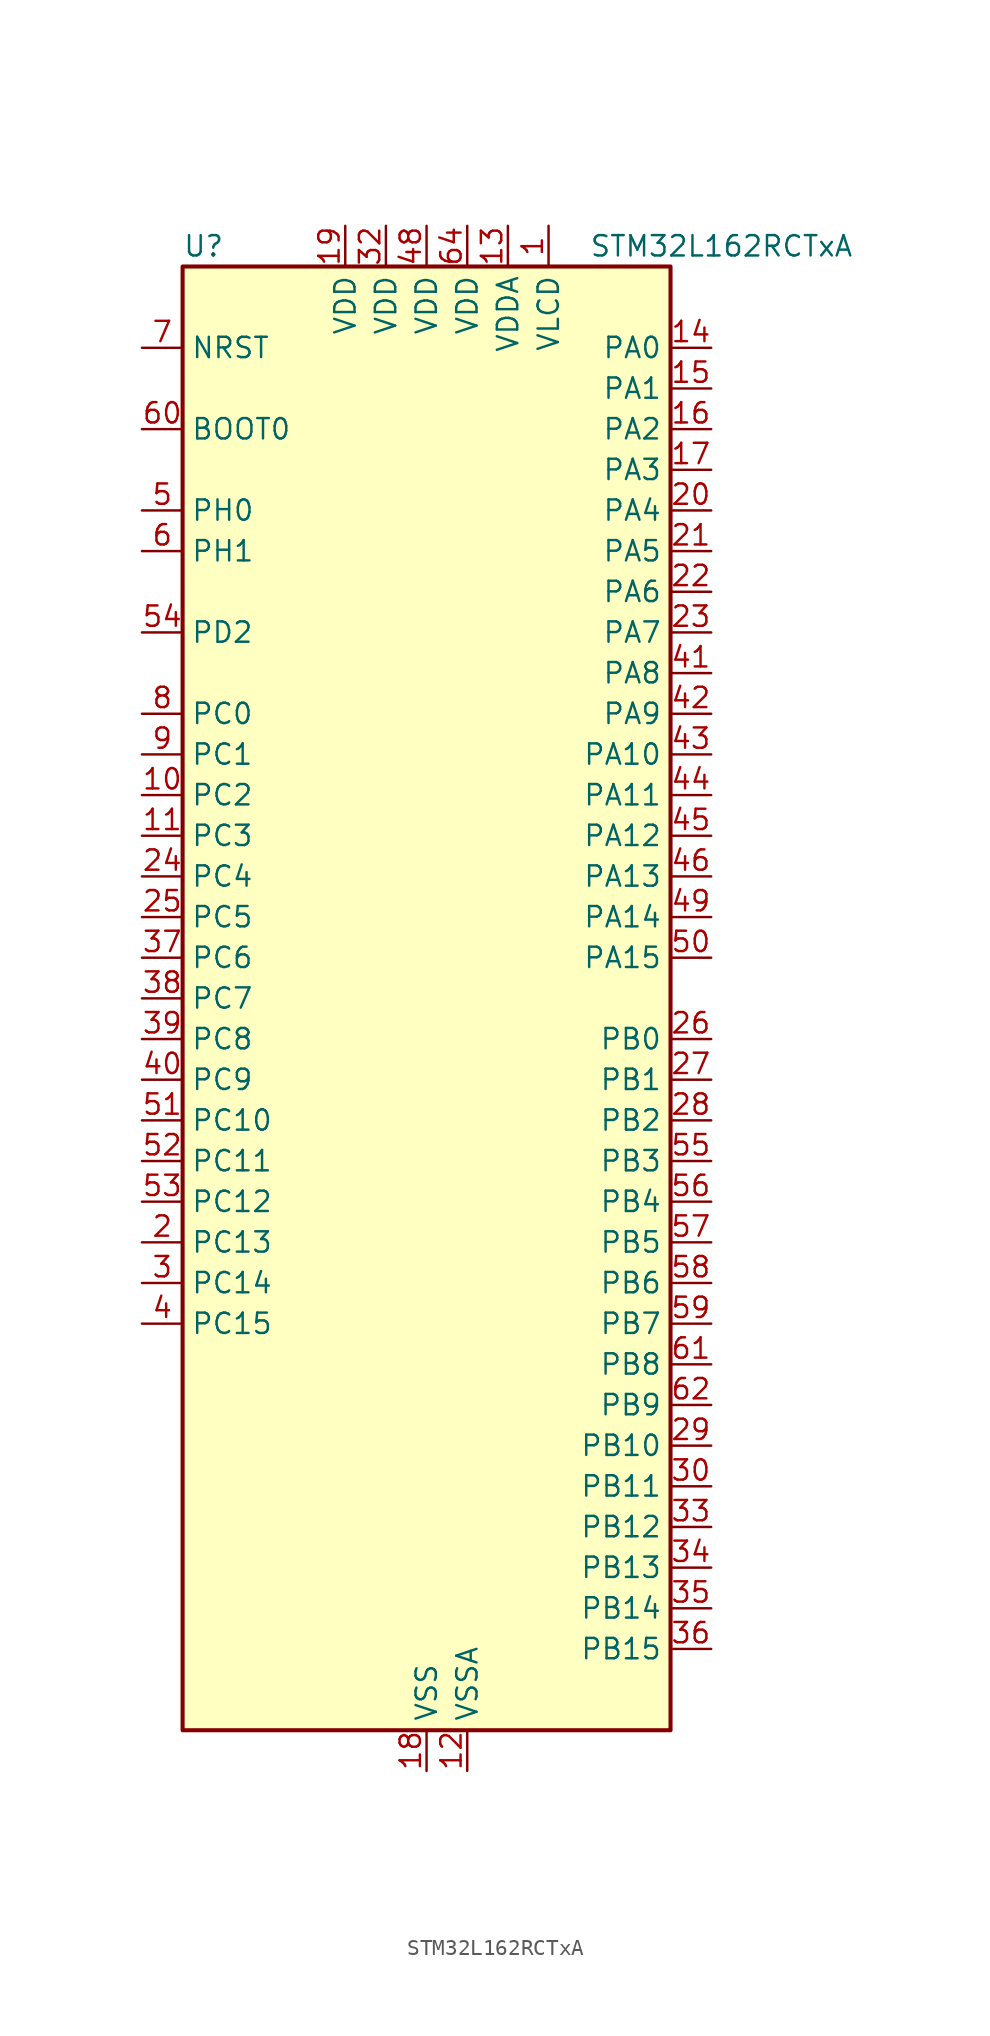
<source format=kicad_sym>
(kicad_symbol_lib
  (version 20241209)
  (generator "kicad_symbol_editor")
  (generator_version "9.0")
  (symbol "STM32L162RCTxA"
    (property "Reference" "U"
      (at -15.24 46.99 0)
      (effects (font (size 1.27 1.27)) (justify left)))
    (property "Value" "STM32L162RCTxA"
      (at 10.16 46.99 0)
      (effects (font (size 1.27 1.27)) (justify left)))
    (symbol "STM32L162RCTxA_0_1"
      (rectangle (start -15.24 -45.72) (end 15.24 45.72) (stroke (width 0.254) (type default)) (fill (type background))))
    (symbol "STM32L162RCTxA_1_1"
      (pin input line (at -17.78 40.64 0) (length 2.54) (name "NRST" (effects (font (size 1.27 1.27)))) (number "7" (effects (font (size 1.27 1.27)))))
      (pin input line (at -17.78 35.56 0) (length 2.54) (name "BOOT0" (effects (font (size 1.27 1.27)))) (number "60" (effects (font (size 1.27 1.27)))))
      (pin bidirectional line (at -17.78 30.48 0) (length 2.54) (name "PH0" (effects (font (size 1.27 1.27)))) (number "5" (effects (font (size 1.27 1.27)))) (alternate "RCC_OSC_IN" bidirectional line))
      (pin bidirectional line (at -17.78 27.94 0) (length 2.54) (name "PH1" (effects (font (size 1.27 1.27)))) (number "6" (effects (font (size 1.27 1.27)))) (alternate "RCC_OSC_OUT" bidirectional line))
      (pin bidirectional line (at -17.78 22.86 0) (length 2.54) (name "PD2" (effects (font (size 1.27 1.27)))) (number "54" (effects (font (size 1.27 1.27)))) (alternate "LCD_COM7" bidirectional line) (alternate "LCD_SEG31" bidirectional line) (alternate "LCD_SEG43" bidirectional line) (alternate "TIM3_ETR" bidirectional line) (alternate "TIMX_IC3" bidirectional line))
      (pin bidirectional line (at -17.78 17.78 0) (length 2.54) (name "PC0" (effects (font (size 1.27 1.27)))) (number "8" (effects (font (size 1.27 1.27)))) (alternate "ADC_IN10" bidirectional line) (alternate "COMP1_INP" bidirectional line) (alternate "LCD_SEG18" bidirectional line) (alternate "TIMX_IC1" bidirectional line) (alternate "TS_G8_IO1" bidirectional line))
      (pin bidirectional line (at -17.78 15.24 0) (length 2.54) (name "PC1" (effects (font (size 1.27 1.27)))) (number "9" (effects (font (size 1.27 1.27)))) (alternate "ADC_IN11" bidirectional line) (alternate "COMP1_INP" bidirectional line) (alternate "LCD_SEG19" bidirectional line) (alternate "TIMX_IC2" bidirectional line) (alternate "TS_G8_IO2" bidirectional line))
      (pin bidirectional line (at -17.78 12.7 0) (length 2.54) (name "PC2" (effects (font (size 1.27 1.27)))) (number "10" (effects (font (size 1.27 1.27)))) (alternate "ADC_IN12" bidirectional line) (alternate "COMP1_INP" bidirectional line) (alternate "LCD_SEG20" bidirectional line) (alternate "TIMX_IC3" bidirectional line) (alternate "TS_G8_IO3" bidirectional line))
      (pin bidirectional line (at -17.78 10.16 0) (length 2.54) (name "PC3" (effects (font (size 1.27 1.27)))) (number "11" (effects (font (size 1.27 1.27)))) (alternate "ADC_IN13" bidirectional line) (alternate "COMP1_INP" bidirectional line) (alternate "LCD_SEG21" bidirectional line) (alternate "TIMX_IC4" bidirectional line) (alternate "TS_G8_IO4" bidirectional line))
      (pin bidirectional line (at -17.78 7.62 0) (length 2.54) (name "PC4" (effects (font (size 1.27 1.27)))) (number "24" (effects (font (size 1.27 1.27)))) (alternate "ADC_IN14" bidirectional line) (alternate "COMP1_INP" bidirectional line) (alternate "LCD_SEG22" bidirectional line) (alternate "TIMX_IC1" bidirectional line) (alternate "TS_G9_IO1" bidirectional line))
      (pin bidirectional line (at -17.78 5.08 0) (length 2.54) (name "PC5" (effects (font (size 1.27 1.27)))) (number "25" (effects (font (size 1.27 1.27)))) (alternate "ADC_IN15" bidirectional line) (alternate "COMP1_INP" bidirectional line) (alternate "LCD_SEG23" bidirectional line) (alternate "TIMX_IC2" bidirectional line) (alternate "TS_G9_IO2" bidirectional line))
      (pin bidirectional line (at -17.78 2.54 0) (length 2.54) (name "PC6" (effects (font (size 1.27 1.27)))) (number "37" (effects (font (size 1.27 1.27)))) (alternate "I2S2_MCK" bidirectional line) (alternate "LCD_SEG24" bidirectional line) (alternate "TIM3_CH1" bidirectional line) (alternate "TIMX_IC3" bidirectional line) (alternate "TS_G10_IO1" bidirectional line))
      (pin bidirectional line (at -17.78 0 0) (length 2.54) (name "PC7" (effects (font (size 1.27 1.27)))) (number "38" (effects (font (size 1.27 1.27)))) (alternate "I2S3_MCK" bidirectional line) (alternate "LCD_SEG25" bidirectional line) (alternate "TIM3_CH2" bidirectional line) (alternate "TIMX_IC4" bidirectional line) (alternate "TS_G10_IO2" bidirectional line))
      (pin bidirectional line (at -17.78 -2.54 0) (length 2.54) (name "PC8" (effects (font (size 1.27 1.27)))) (number "39" (effects (font (size 1.27 1.27)))) (alternate "LCD_SEG26" bidirectional line) (alternate "TIM3_CH3" bidirectional line) (alternate "TIMX_IC1" bidirectional line) (alternate "TS_G10_IO3" bidirectional line))
      (pin bidirectional line (at -17.78 -5.08 0) (length 2.54) (name "PC9" (effects (font (size 1.27 1.27)))) (number "40" (effects (font (size 1.27 1.27)))) (alternate "DAC_EXTI9" bidirectional line) (alternate "LCD_SEG27" bidirectional line) (alternate "TIM3_CH4" bidirectional line) (alternate "TIMX_IC2" bidirectional line) (alternate "TS_G10_IO4" bidirectional line))
      (pin bidirectional line (at -17.78 -7.62 0) (length 2.54) (name "PC10" (effects (font (size 1.27 1.27)))) (number "51" (effects (font (size 1.27 1.27)))) (alternate "I2S3_CK" bidirectional line) (alternate "LCD_COM4" bidirectional line) (alternate "LCD_SEG28" bidirectional line) (alternate "LCD_SEG40" bidirectional line) (alternate "SPI3_SCK" bidirectional line) (alternate "TIMX_IC3" bidirectional line) (alternate "USART3_TX" bidirectional line))
      (pin bidirectional line (at -17.78 -10.16 0) (length 2.54) (name "PC11" (effects (font (size 1.27 1.27)))) (number "52" (effects (font (size 1.27 1.27)))) (alternate "ADC_EXTI11" bidirectional line) (alternate "LCD_COM5" bidirectional line) (alternate "LCD_SEG29" bidirectional line) (alternate "LCD_SEG41" bidirectional line) (alternate "SPI3_MISO" bidirectional line) (alternate "TIMX_IC4" bidirectional line) (alternate "USART3_RX" bidirectional line))
      (pin bidirectional line (at -17.78 -12.7 0) (length 2.54) (name "PC12" (effects (font (size 1.27 1.27)))) (number "53" (effects (font (size 1.27 1.27)))) (alternate "I2S3_SD" bidirectional line) (alternate "LCD_COM6" bidirectional line) (alternate "LCD_SEG30" bidirectional line) (alternate "LCD_SEG42" bidirectional line) (alternate "SPI3_MOSI" bidirectional line) (alternate "TIMX_IC1" bidirectional line) (alternate "USART3_CK" bidirectional line))
      (pin bidirectional line (at -17.78 -15.24 0) (length 2.54) (name "PC13" (effects (font (size 1.27 1.27)))) (number "2" (effects (font (size 1.27 1.27)))) (alternate "RTC_OUT_ALARM" bidirectional line) (alternate "RTC_OUT_CALIB" bidirectional line) (alternate "RTC_TAMP1" bidirectional line) (alternate "RTC_TS" bidirectional line) (alternate "SYS_WKUP2" bidirectional line) (alternate "TIMX_IC2" bidirectional line))
      (pin bidirectional line (at -17.78 -17.78 0) (length 2.54) (name "PC14" (effects (font (size 1.27 1.27)))) (number "3" (effects (font (size 1.27 1.27)))) (alternate "RCC_OSC32_IN" bidirectional line) (alternate "TIMX_IC3" bidirectional line))
      (pin bidirectional line (at -17.78 -20.32 0) (length 2.54) (name "PC15" (effects (font (size 1.27 1.27)))) (number "4" (effects (font (size 1.27 1.27)))) (alternate "ADC_EXTI15" bidirectional line) (alternate "RCC_OSC32_OUT" bidirectional line) (alternate "TIMX_IC4" bidirectional line))
      (pin power_in line (at -5.08 48.26 270) (length 2.54) (name "VDD" (effects (font (size 1.27 1.27)))) (number "19" (effects (font (size 1.27 1.27)))))
      (pin power_in line (at -2.54 48.26 270) (length 2.54) (name "VDD" (effects (font (size 1.27 1.27)))) (number "32" (effects (font (size 1.27 1.27)))))
      (pin power_in line (at 0 48.26 270) (length 2.54) (name "VDD" (effects (font (size 1.27 1.27)))) (number "48" (effects (font (size 1.27 1.27)))))
      (pin power_in line (at 0 -48.26 90) (length 2.54) (name "VSS" (effects (font (size 1.27 1.27)))) (number "18" (effects (font (size 1.27 1.27)))))
      (pin passive line (at 0 -48.26 90) (length 2.54) (hide yes) (name "VSS" (effects (font (size 1.27 1.27)))) (number "31" (effects (font (size 1.27 1.27)))))
      (pin passive line (at 0 -48.26 90) (length 2.54) (hide yes) (name "VSS" (effects (font (size 1.27 1.27)))) (number "47" (effects (font (size 1.27 1.27)))))
      (pin passive line (at 0 -48.26 90) (length 2.54) (hide yes) (name "VSS" (effects (font (size 1.27 1.27)))) (number "63" (effects (font (size 1.27 1.27)))))
      (pin power_in line (at 2.54 48.26 270) (length 2.54) (name "VDD" (effects (font (size 1.27 1.27)))) (number "64" (effects (font (size 1.27 1.27)))))
      (pin power_in line (at 2.54 -48.26 90) (length 2.54) (name "VSSA" (effects (font (size 1.27 1.27)))) (number "12" (effects (font (size 1.27 1.27)))))
      (pin power_in line (at 5.08 48.26 270) (length 2.54) (name "VDDA" (effects (font (size 1.27 1.27)))) (number "13" (effects (font (size 1.27 1.27)))))
      (pin power_in line (at 7.62 48.26 270) (length 2.54) (name "VLCD" (effects (font (size 1.27 1.27)))) (number "1" (effects (font (size 1.27 1.27)))))
      (pin bidirectional line (at 17.78 40.64 180) (length 2.54) (name "PA0" (effects (font (size 1.27 1.27)))) (number "14" (effects (font (size 1.27 1.27)))) (alternate "ADC_IN0" bidirectional line) (alternate "COMP1_INP" bidirectional line) (alternate "RTC_TAMP2" bidirectional line) (alternate "SYS_WKUP1" bidirectional line) (alternate "TIM2_CH1" bidirectional line) (alternate "TIM2_ETR" bidirectional line) (alternate "TIM5_CH1" bidirectional line) (alternate "TIMX_IC1" bidirectional line) (alternate "TS_G1_IO1" bidirectional line) (alternate "USART2_CTS" bidirectional line))
      (pin bidirectional line (at 17.78 38.1 180) (length 2.54) (name "PA1" (effects (font (size 1.27 1.27)))) (number "15" (effects (font (size 1.27 1.27)))) (alternate "ADC_IN1" bidirectional line) (alternate "COMP1_INP" bidirectional line) (alternate "LCD_SEG0" bidirectional line) (alternate "OPAMP1_VINP" bidirectional line) (alternate "TIM2_CH2" bidirectional line) (alternate "TIM5_CH2" bidirectional line) (alternate "TIMX_IC2" bidirectional line) (alternate "TS_G1_IO2" bidirectional line) (alternate "USART2_RTS" bidirectional line))
      (pin bidirectional line (at 17.78 35.56 180) (length 2.54) (name "PA2" (effects (font (size 1.27 1.27)))) (number "16" (effects (font (size 1.27 1.27)))) (alternate "ADC_IN2" bidirectional line) (alternate "COMP1_INP" bidirectional line) (alternate "LCD_SEG1" bidirectional line) (alternate "OPAMP1_VINM" bidirectional line) (alternate "TIM2_CH3" bidirectional line) (alternate "TIM5_CH3" bidirectional line) (alternate "TIM9_CH1" bidirectional line) (alternate "TIMX_IC3" bidirectional line) (alternate "TS_G1_IO3" bidirectional line) (alternate "USART2_TX" bidirectional line))
      (pin bidirectional line (at 17.78 33.02 180) (length 2.54) (name "PA3" (effects (font (size 1.27 1.27)))) (number "17" (effects (font (size 1.27 1.27)))) (alternate "ADC_IN3" bidirectional line) (alternate "COMP1_INP" bidirectional line) (alternate "LCD_SEG2" bidirectional line) (alternate "OPAMP1_VOUT" bidirectional line) (alternate "TIM2_CH4" bidirectional line) (alternate "TIM5_CH4" bidirectional line) (alternate "TIM9_CH2" bidirectional line) (alternate "TIMX_IC4" bidirectional line) (alternate "TS_G1_IO4" bidirectional line) (alternate "USART2_RX" bidirectional line))
      (pin bidirectional line (at 17.78 30.48 180) (length 2.54) (name "PA4" (effects (font (size 1.27 1.27)))) (number "20" (effects (font (size 1.27 1.27)))) (alternate "ADC_IN4" bidirectional line) (alternate "COMP1_INP" bidirectional line) (alternate "DAC_OUT1" bidirectional line) (alternate "I2S3_WS" bidirectional line) (alternate "SPI1_NSS" bidirectional line) (alternate "SPI3_NSS" bidirectional line) (alternate "TIMX_IC1" bidirectional line) (alternate "USART2_CK" bidirectional line))
      (pin bidirectional line (at 17.78 27.94 180) (length 2.54) (name "PA5" (effects (font (size 1.27 1.27)))) (number "21" (effects (font (size 1.27 1.27)))) (alternate "ADC_IN5" bidirectional line) (alternate "COMP1_INP" bidirectional line) (alternate "DAC_OUT2" bidirectional line) (alternate "SPI1_SCK" bidirectional line) (alternate "TIM2_CH1" bidirectional line) (alternate "TIM2_ETR" bidirectional line) (alternate "TIMX_IC2" bidirectional line))
      (pin bidirectional line (at 17.78 25.4 180) (length 2.54) (name "PA6" (effects (font (size 1.27 1.27)))) (number "22" (effects (font (size 1.27 1.27)))) (alternate "ADC_IN6" bidirectional line) (alternate "COMP1_INP" bidirectional line) (alternate "LCD_SEG3" bidirectional line) (alternate "OPAMP2_VINP" bidirectional line) (alternate "SPI1_MISO" bidirectional line) (alternate "TIM10_CH1" bidirectional line) (alternate "TIM3_CH1" bidirectional line) (alternate "TIMX_IC3" bidirectional line) (alternate "TS_G2_IO1" bidirectional line))
      (pin bidirectional line (at 17.78 22.86 180) (length 2.54) (name "PA7" (effects (font (size 1.27 1.27)))) (number "23" (effects (font (size 1.27 1.27)))) (alternate "ADC_IN7" bidirectional line) (alternate "COMP1_INP" bidirectional line) (alternate "LCD_SEG4" bidirectional line) (alternate "OPAMP2_VINM" bidirectional line) (alternate "SPI1_MOSI" bidirectional line) (alternate "TIM11_CH1" bidirectional line) (alternate "TIM3_CH2" bidirectional line) (alternate "TIMX_IC4" bidirectional line) (alternate "TS_G2_IO2" bidirectional line))
      (pin bidirectional line (at 17.78 20.32 180) (length 2.54) (name "PA8" (effects (font (size 1.27 1.27)))) (number "41" (effects (font (size 1.27 1.27)))) (alternate "LCD_COM0" bidirectional line) (alternate "RCC_MCO" bidirectional line) (alternate "TIMX_IC1" bidirectional line) (alternate "TS_G4_IO1" bidirectional line) (alternate "USART1_CK" bidirectional line))
      (pin bidirectional line (at 17.78 17.78 180) (length 2.54) (name "PA9" (effects (font (size 1.27 1.27)))) (number "42" (effects (font (size 1.27 1.27)))) (alternate "DAC_EXTI9" bidirectional line) (alternate "LCD_COM1" bidirectional line) (alternate "TIMX_IC2" bidirectional line) (alternate "TS_G4_IO2" bidirectional line) (alternate "USART1_TX" bidirectional line))
      (pin bidirectional line (at 17.78 15.24 180) (length 2.54) (name "PA10" (effects (font (size 1.27 1.27)))) (number "43" (effects (font (size 1.27 1.27)))) (alternate "LCD_COM2" bidirectional line) (alternate "TIMX_IC3" bidirectional line) (alternate "TS_G4_IO3" bidirectional line) (alternate "USART1_RX" bidirectional line))
      (pin bidirectional line (at 17.78 12.7 180) (length 2.54) (name "PA11" (effects (font (size 1.27 1.27)))) (number "44" (effects (font (size 1.27 1.27)))) (alternate "ADC_EXTI11" bidirectional line) (alternate "SPI1_MISO" bidirectional line) (alternate "TIMX_IC4" bidirectional line) (alternate "USART1_CTS" bidirectional line) (alternate "USB_DM" bidirectional line))
      (pin bidirectional line (at 17.78 10.16 180) (length 2.54) (name "PA12" (effects (font (size 1.27 1.27)))) (number "45" (effects (font (size 1.27 1.27)))) (alternate "SPI1_MOSI" bidirectional line) (alternate "TIMX_IC1" bidirectional line) (alternate "USART1_RTS" bidirectional line) (alternate "USB_DP" bidirectional line))
      (pin bidirectional line (at 17.78 7.62 180) (length 2.54) (name "PA13" (effects (font (size 1.27 1.27)))) (number "46" (effects (font (size 1.27 1.27)))) (alternate "SYS_JTMS-SWDIO" bidirectional line) (alternate "TIMX_IC2" bidirectional line) (alternate "TS_G5_IO1" bidirectional line))
      (pin bidirectional line (at 17.78 5.08 180) (length 2.54) (name "PA14" (effects (font (size 1.27 1.27)))) (number "49" (effects (font (size 1.27 1.27)))) (alternate "SYS_JTCK-SWCLK" bidirectional line) (alternate "TIMX_IC3" bidirectional line) (alternate "TS_G5_IO2" bidirectional line))
      (pin bidirectional line (at 17.78 2.54 180) (length 2.54) (name "PA15" (effects (font (size 1.27 1.27)))) (number "50" (effects (font (size 1.27 1.27)))) (alternate "ADC_EXTI15" bidirectional line) (alternate "I2S3_WS" bidirectional line) (alternate "LCD_SEG17" bidirectional line) (alternate "SPI1_NSS" bidirectional line) (alternate "SPI3_NSS" bidirectional line) (alternate "SYS_JTDI" bidirectional line) (alternate "TIM2_CH1" bidirectional line) (alternate "TIM2_ETR" bidirectional line) (alternate "TIMX_IC4" bidirectional line) (alternate "TS_G5_IO3" bidirectional line))
      (pin bidirectional line (at 17.78 -2.54 180) (length 2.54) (name "PB0" (effects (font (size 1.27 1.27)))) (number "26" (effects (font (size 1.27 1.27)))) (alternate "ADC_IN8" bidirectional line) (alternate "COMP1_INP" bidirectional line) (alternate "LCD_SEG5" bidirectional line) (alternate "OPAMP2_VOUT" bidirectional line) (alternate "SYS_V_REF_OUT" bidirectional line) (alternate "TIM3_CH3" bidirectional line) (alternate "TS_G3_IO1" bidirectional line))
      (pin bidirectional line (at 17.78 -5.08 180) (length 2.54) (name "PB1" (effects (font (size 1.27 1.27)))) (number "27" (effects (font (size 1.27 1.27)))) (alternate "ADC_IN9" bidirectional line) (alternate "COMP1_INP" bidirectional line) (alternate "LCD_SEG6" bidirectional line) (alternate "SYS_V_REF_OUT" bidirectional line) (alternate "TIM3_CH4" bidirectional line) (alternate "TS_G3_IO2" bidirectional line))
      (pin bidirectional line (at 17.78 -7.62 180) (length 2.54) (name "PB2" (effects (font (size 1.27 1.27)))) (number "28" (effects (font (size 1.27 1.27)))) (alternate "TS_G3_IO3" bidirectional line))
      (pin bidirectional line (at 17.78 -10.16 180) (length 2.54) (name "PB3" (effects (font (size 1.27 1.27)))) (number "55" (effects (font (size 1.27 1.27)))) (alternate "COMP2_INM" bidirectional line) (alternate "I2S3_CK" bidirectional line) (alternate "LCD_SEG7" bidirectional line) (alternate "SPI1_SCK" bidirectional line) (alternate "SPI3_SCK" bidirectional line) (alternate "SYS_JTDO-TRACESWO" bidirectional line) (alternate "TIM2_CH2" bidirectional line))
      (pin bidirectional line (at 17.78 -12.7 180) (length 2.54) (name "PB4" (effects (font (size 1.27 1.27)))) (number "56" (effects (font (size 1.27 1.27)))) (alternate "COMP2_INP" bidirectional line) (alternate "LCD_SEG8" bidirectional line) (alternate "SPI1_MISO" bidirectional line) (alternate "SPI3_MISO" bidirectional line) (alternate "SYS_JTRST" bidirectional line) (alternate "TIM3_CH1" bidirectional line) (alternate "TS_G6_IO1" bidirectional line))
      (pin bidirectional line (at 17.78 -15.24 180) (length 2.54) (name "PB5" (effects (font (size 1.27 1.27)))) (number "57" (effects (font (size 1.27 1.27)))) (alternate "COMP2_INP" bidirectional line) (alternate "I2C1_SMBA" bidirectional line) (alternate "I2S3_SD" bidirectional line) (alternate "LCD_SEG9" bidirectional line) (alternate "SPI1_MOSI" bidirectional line) (alternate "SPI3_MOSI" bidirectional line) (alternate "TIM3_CH2" bidirectional line) (alternate "TS_G6_IO2" bidirectional line))
      (pin bidirectional line (at 17.78 -17.78 180) (length 2.54) (name "PB6" (effects (font (size 1.27 1.27)))) (number "58" (effects (font (size 1.27 1.27)))) (alternate "COMP2_INP" bidirectional line) (alternate "I2C1_SCL" bidirectional line) (alternate "TIM4_CH1" bidirectional line) (alternate "TS_G6_IO3" bidirectional line) (alternate "USART1_TX" bidirectional line))
      (pin bidirectional line (at 17.78 -20.32 180) (length 2.54) (name "PB7" (effects (font (size 1.27 1.27)))) (number "59" (effects (font (size 1.27 1.27)))) (alternate "COMP2_INP" bidirectional line) (alternate "I2C1_SDA" bidirectional line) (alternate "SYS_PVD_IN" bidirectional line) (alternate "TIM4_CH2" bidirectional line) (alternate "TS_G6_IO4" bidirectional line) (alternate "USART1_RX" bidirectional line))
      (pin bidirectional line (at 17.78 -22.86 180) (length 2.54) (name "PB8" (effects (font (size 1.27 1.27)))) (number "61" (effects (font (size 1.27 1.27)))) (alternate "I2C1_SCL" bidirectional line) (alternate "LCD_SEG16" bidirectional line) (alternate "TIM10_CH1" bidirectional line) (alternate "TIM4_CH3" bidirectional line))
      (pin bidirectional line (at 17.78 -25.4 180) (length 2.54) (name "PB9" (effects (font (size 1.27 1.27)))) (number "62" (effects (font (size 1.27 1.27)))) (alternate "DAC_EXTI9" bidirectional line) (alternate "I2C1_SDA" bidirectional line) (alternate "LCD_COM3" bidirectional line) (alternate "TIM11_CH1" bidirectional line) (alternate "TIM4_CH4" bidirectional line))
      (pin bidirectional line (at 17.78 -27.94 180) (length 2.54) (name "PB10" (effects (font (size 1.27 1.27)))) (number "29" (effects (font (size 1.27 1.27)))) (alternate "I2C2_SCL" bidirectional line) (alternate "LCD_SEG10" bidirectional line) (alternate "TIM2_CH3" bidirectional line) (alternate "USART3_TX" bidirectional line))
      (pin bidirectional line (at 17.78 -30.48 180) (length 2.54) (name "PB11" (effects (font (size 1.27 1.27)))) (number "30" (effects (font (size 1.27 1.27)))) (alternate "ADC_EXTI11" bidirectional line) (alternate "I2C2_SDA" bidirectional line) (alternate "LCD_SEG11" bidirectional line) (alternate "TIM2_CH4" bidirectional line) (alternate "USART3_RX" bidirectional line))
      (pin bidirectional line (at 17.78 -33.02 180) (length 2.54) (name "PB12" (effects (font (size 1.27 1.27)))) (number "33" (effects (font (size 1.27 1.27)))) (alternate "ADC_IN18" bidirectional line) (alternate "COMP1_INP" bidirectional line) (alternate "I2C2_SMBA" bidirectional line) (alternate "I2S2_WS" bidirectional line) (alternate "LCD_SEG12" bidirectional line) (alternate "SPI2_NSS" bidirectional line) (alternate "TIM10_CH1" bidirectional line) (alternate "TS_G7_IO1" bidirectional line) (alternate "USART3_CK" bidirectional line))
      (pin bidirectional line (at 17.78 -35.56 180) (length 2.54) (name "PB13" (effects (font (size 1.27 1.27)))) (number "34" (effects (font (size 1.27 1.27)))) (alternate "ADC_IN19" bidirectional line) (alternate "COMP1_INP" bidirectional line) (alternate "I2S2_CK" bidirectional line) (alternate "LCD_SEG13" bidirectional line) (alternate "SPI2_SCK" bidirectional line) (alternate "TIM9_CH1" bidirectional line) (alternate "TS_G7_IO2" bidirectional line) (alternate "USART3_CTS" bidirectional line))
      (pin bidirectional line (at 17.78 -38.1 180) (length 2.54) (name "PB14" (effects (font (size 1.27 1.27)))) (number "35" (effects (font (size 1.27 1.27)))) (alternate "ADC_IN20" bidirectional line) (alternate "COMP1_INP" bidirectional line) (alternate "LCD_SEG14" bidirectional line) (alternate "SPI2_MISO" bidirectional line) (alternate "TIM9_CH2" bidirectional line) (alternate "TS_G7_IO3" bidirectional line) (alternate "USART3_RTS" bidirectional line))
      (pin bidirectional line (at 17.78 -40.64 180) (length 2.54) (name "PB15" (effects (font (size 1.27 1.27)))) (number "36" (effects (font (size 1.27 1.27)))) (alternate "ADC_EXTI15" bidirectional line) (alternate "ADC_IN21" bidirectional line) (alternate "COMP1_INP" bidirectional line) (alternate "I2S2_SD" bidirectional line) (alternate "LCD_SEG15" bidirectional line) (alternate "RTC_REFIN" bidirectional line) (alternate "SPI2_MOSI" bidirectional line) (alternate "TIM11_CH1" bidirectional line) (alternate "TS_G7_IO4" bidirectional line)))))
</source>
